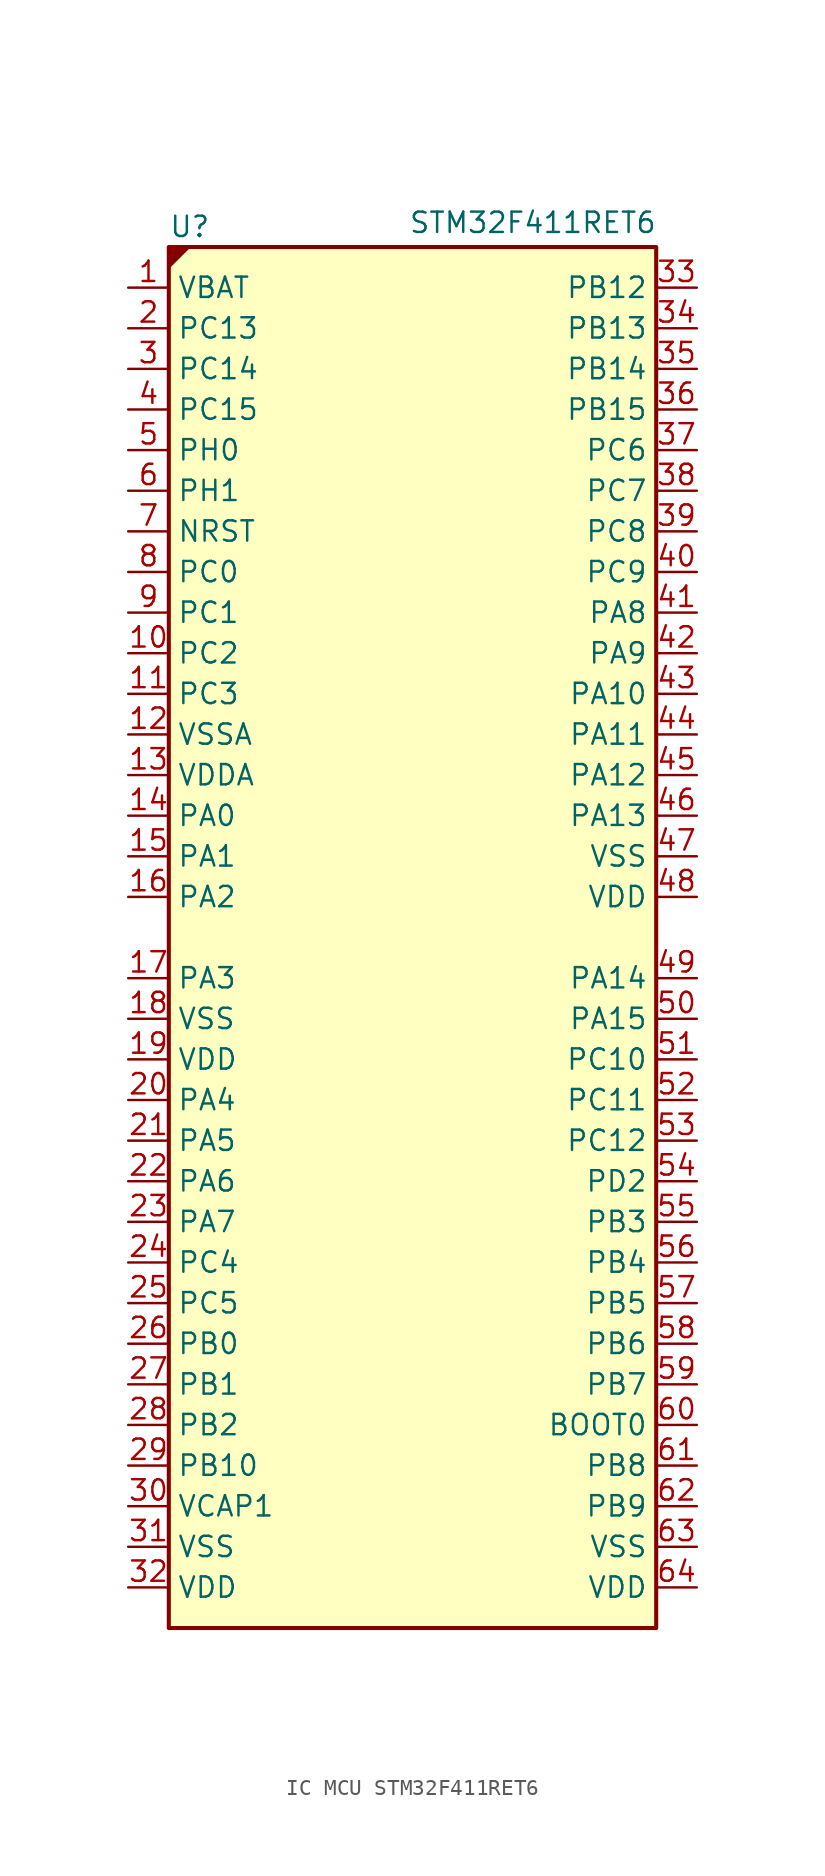
<source format=kicad_sym>
(kicad_symbol_lib
  (version 20231120)
  (generator "kicad_symbol_editor")
  (generator_version "8.0")
  (symbol "IC MCU STM32F411RET6"
    (property "Reference" "U"
      (at -15.24 44.45 0)
      (effects (font (size 1.27 1.27)) (justify left)))
    (property "Value" "STM32F411RET6 "
      (at -0.254 44.704 0)
      (effects (font (size 1.27 1.27)) (justify left)))
    (symbol "IC MCU STM32F411RET6_0_1"
      (rectangle (start -15.24 43.18) (end 15.24 -43.18) (stroke (width 0.254) (type default)) (fill (type background))))
    (symbol "IC MCU STM32F411RET6_1_0"
      (polyline (pts (xy -15.24 43.18) (xy -13.97 43.18) (xy -15.24 41.91) (xy -15.24 43.18)) (stroke (width 0) (type default)) (fill (type outline))))
    (symbol "IC MCU STM32F411RET6_1_1"
      (pin power_in line (at -17.78 40.64 0) (length 2.54) (name "VBAT" (effects (font (size 1.27 1.27)))) (number "1" (effects (font (size 1.27 1.27)))))
      (pin bidirectional line (at -17.78 17.78 0) (length 2.54) (name "PC2" (effects (font (size 1.27 1.27)))) (number "10" (effects (font (size 1.27 1.27)))) (alternate "ADC1_IN12" bidirectional line) (alternate "I2S2_ext_SD" bidirectional line) (alternate "SPI2_MISO" bidirectional line))
      (pin bidirectional line (at -17.78 15.24 0) (length 2.54) (name "PC3" (effects (font (size 1.27 1.27)))) (number "11" (effects (font (size 1.27 1.27)))) (alternate "ADC1_IN13" bidirectional line) (alternate "I2S2_SD" bidirectional line) (alternate "SPI2_MOSI" bidirectional line))
      (pin power_in line (at -17.78 12.7 0) (length 2.54) (name "VSSA" (effects (font (size 1.27 1.27)))) (number "12" (effects (font (size 1.27 1.27)))))
      (pin power_in line (at -17.78 10.16 0) (length 2.54) (name "VDDA" (effects (font (size 1.27 1.27)))) (number "13" (effects (font (size 1.27 1.27)))))
      (pin bidirectional line (at -17.78 7.62 0) (length 2.54) (name "PA0" (effects (font (size 1.27 1.27)))) (number "14" (effects (font (size 1.27 1.27)))) (alternate "ADC1_IN0" bidirectional line) (alternate "SYS_WKUP" bidirectional line) (alternate "TIM2_CH1" bidirectional line) (alternate "TIM2_ETR" bidirectional line) (alternate "TIM5_CH1" bidirectional line) (alternate "USART2_CTS" bidirectional line))
      (pin bidirectional line (at -17.78 5.08 0) (length 2.54) (name "PA1" (effects (font (size 1.27 1.27)))) (number "15" (effects (font (size 1.27 1.27)))) (alternate "ADC1_IN1" bidirectional line) (alternate "I2S4_SD" bidirectional line) (alternate "SPI4_MOSI" bidirectional line) (alternate "TIM2_CH2" bidirectional line) (alternate "TIM5_CH2" bidirectional line) (alternate "USART2_RTS" bidirectional line))
      (pin bidirectional line (at -17.78 2.54 0) (length 2.54) (name "PA2" (effects (font (size 1.27 1.27)))) (number "16" (effects (font (size 1.27 1.27)))) (alternate "ADC1_IN2" bidirectional line) (alternate "I2S_CKIN" bidirectional line) (alternate "TIM2_CH3" bidirectional line) (alternate "TIM5_CH3" bidirectional line) (alternate "TIM9_CH1" bidirectional line) (alternate "USART2_TX" bidirectional line))
      (pin bidirectional line (at -17.78 -2.54 0) (length 2.54) (name "PA3" (effects (font (size 1.27 1.27)))) (number "17" (effects (font (size 1.27 1.27)))) (alternate "ADC1_IN3" bidirectional line) (alternate "I2S2_MCK" bidirectional line) (alternate "TIM2_CH4" bidirectional line) (alternate "TIM5_CH4" bidirectional line) (alternate "TIM9_CH2" bidirectional line) (alternate "USART2_RX" bidirectional line))
      (pin power_in line (at -17.78 -5.08 0) (length 2.54) (name "VSS" (effects (font (size 1.27 1.27)))) (number "18" (effects (font (size 1.27 1.27)))))
      (pin power_in line (at -17.78 -7.62 0) (length 2.54) (name "VDD" (effects (font (size 1.27 1.27)))) (number "19" (effects (font (size 1.27 1.27)))))
      (pin bidirectional line (at -17.78 38.1 0) (length 2.54) (name "PC13" (effects (font (size 1.27 1.27)))) (number "2" (effects (font (size 1.27 1.27)))) (alternate "RTC_AF1" bidirectional line))
      (pin bidirectional line (at -17.78 -10.16 0) (length 2.54) (name "PA4" (effects (font (size 1.27 1.27)))) (number "20" (effects (font (size 1.27 1.27)))) (alternate "ADC1_IN4" bidirectional line) (alternate "I2S1_WS" bidirectional line) (alternate "I2S3_WS" bidirectional line) (alternate "SPI1_NSS" bidirectional line) (alternate "SPI3_NSS" bidirectional line) (alternate "USART2_CK" bidirectional line))
      (pin bidirectional line (at -17.78 -12.7 0) (length 2.54) (name "PA5" (effects (font (size 1.27 1.27)))) (number "21" (effects (font (size 1.27 1.27)))) (alternate "ADC1_IN5" bidirectional line) (alternate "I2S1_CK" bidirectional line) (alternate "SPI1_SCK" bidirectional line) (alternate "TIM2_CH1" bidirectional line) (alternate "TIM2_ETR" bidirectional line))
      (pin bidirectional line (at -17.78 -15.24 0) (length 2.54) (name "PA6" (effects (font (size 1.27 1.27)))) (number "22" (effects (font (size 1.27 1.27)))) (alternate "ADC1_IN6" bidirectional line) (alternate "I2S2_MCK" bidirectional line) (alternate "SDIO_CMD" bidirectional line) (alternate "SPI1_MISO" bidirectional line) (alternate "TIM1_BKIN" bidirectional line) (alternate "TIM3_CH1" bidirectional line))
      (pin bidirectional line (at -17.78 -17.78 0) (length 2.54) (name "PA7" (effects (font (size 1.27 1.27)))) (number "23" (effects (font (size 1.27 1.27)))) (alternate "ADC1_IN7" bidirectional line) (alternate "I2S1_SD" bidirectional line) (alternate "SPI1_MOSI" bidirectional line) (alternate "TIM1_CH1N" bidirectional line) (alternate "TIM3_CH2" bidirectional line))
      (pin bidirectional line (at -17.78 -20.32 0) (length 2.54) (name "PC4" (effects (font (size 1.27 1.27)))) (number "24" (effects (font (size 1.27 1.27)))) (alternate "ADC1_IN14" bidirectional line))
      (pin bidirectional line (at -17.78 -22.86 0) (length 2.54) (name "PC5" (effects (font (size 1.27 1.27)))) (number "25" (effects (font (size 1.27 1.27)))) (alternate "ADC1_IN15" bidirectional line))
      (pin bidirectional line (at -17.78 -25.4 0) (length 2.54) (name "PB0" (effects (font (size 1.27 1.27)))) (number "26" (effects (font (size 1.27 1.27)))) (alternate "ADC1_IN8" bidirectional line) (alternate "I2S5_CK" bidirectional line) (alternate "SPI5_SCK" bidirectional line) (alternate "TIM1_CH2N" bidirectional line) (alternate "TIM3_CH3" bidirectional line))
      (pin bidirectional line (at -17.78 -27.94 0) (length 2.54) (name "PB1" (effects (font (size 1.27 1.27)))) (number "27" (effects (font (size 1.27 1.27)))) (alternate "ADC1_IN9" bidirectional line) (alternate "I2S5_WS" bidirectional line) (alternate "SPI5_NSS" bidirectional line) (alternate "TIM1_CH3N" bidirectional line) (alternate "TIM3_CH4" bidirectional line))
      (pin bidirectional line (at -17.78 -30.48 0) (length 2.54) (name "PB2" (effects (font (size 1.27 1.27)))) (number "28" (effects (font (size 1.27 1.27)))))
      (pin bidirectional line (at -17.78 -33.02 0) (length 2.54) (name "PB10" (effects (font (size 1.27 1.27)))) (number "29" (effects (font (size 1.27 1.27)))) (alternate "I2C2_SCL" bidirectional line) (alternate "I2S2_CK" bidirectional line) (alternate "I2S3_MCK" bidirectional line) (alternate "SDIO_D7" bidirectional line) (alternate "SPI2_SCK" bidirectional line) (alternate "TIM2_CH3" bidirectional line))
      (pin bidirectional line (at -17.78 35.56 0) (length 2.54) (name "PC14" (effects (font (size 1.27 1.27)))) (number "3" (effects (font (size 1.27 1.27)))) (alternate "RCC_OSC32_IN" bidirectional line))
      (pin power_out line (at -17.78 -35.56 0) (length 2.54) (name "VCAP1" (effects (font (size 1.27 1.27)))) (number "30" (effects (font (size 1.27 1.27)))))
      (pin passive line (at -17.78 -38.1 0) (length 2.54) (name "VSS" (effects (font (size 1.27 1.27)))) (number "31" (effects (font (size 1.27 1.27)))))
      (pin power_in line (at -17.78 -40.64 0) (length 2.54) (name "VDD" (effects (font (size 1.27 1.27)))) (number "32" (effects (font (size 1.27 1.27)))))
      (pin bidirectional line (at 17.78 40.64 180) (length 2.54) (name "PB12" (effects (font (size 1.27 1.27)))) (number "33" (effects (font (size 1.27 1.27)))) (alternate "I2C2_SMBA" bidirectional line) (alternate "I2S2_WS" bidirectional line) (alternate "I2S3_CK" bidirectional line) (alternate "I2S4_WS" bidirectional line) (alternate "SPI2_NSS" bidirectional line) (alternate "SPI3_SCK" bidirectional line) (alternate "SPI4_NSS" bidirectional line) (alternate "TIM1_BKIN" bidirectional line))
      (pin bidirectional line (at 17.78 38.1 180) (length 2.54) (name "PB13" (effects (font (size 1.27 1.27)))) (number "34" (effects (font (size 1.27 1.27)))) (alternate "I2S2_CK" bidirectional line) (alternate "I2S4_CK" bidirectional line) (alternate "SPI2_SCK" bidirectional line) (alternate "SPI4_SCK" bidirectional line) (alternate "TIM1_CH1N" bidirectional line))
      (pin bidirectional line (at 17.78 35.56 180) (length 2.54) (name "PB14" (effects (font (size 1.27 1.27)))) (number "35" (effects (font (size 1.27 1.27)))) (alternate "I2S2_ext_SD" bidirectional line) (alternate "SDIO_D6" bidirectional line) (alternate "SPI2_MISO" bidirectional line) (alternate "TIM1_CH2N" bidirectional line))
      (pin bidirectional line (at 17.78 33.02 180) (length 2.54) (name "PB15" (effects (font (size 1.27 1.27)))) (number "36" (effects (font (size 1.27 1.27)))) (alternate "ADC1_EXTI15" bidirectional line) (alternate "I2S2_SD" bidirectional line) (alternate "RTC_REFIN" bidirectional line) (alternate "SDIO_CK" bidirectional line) (alternate "SPI2_MOSI" bidirectional line) (alternate "TIM1_CH3N" bidirectional line))
      (pin bidirectional line (at 17.78 30.48 180) (length 2.54) (name "PC6" (effects (font (size 1.27 1.27)))) (number "37" (effects (font (size 1.27 1.27)))) (alternate "I2S2_MCK" bidirectional line) (alternate "SDIO_D6" bidirectional line) (alternate "TIM3_CH1" bidirectional line) (alternate "USART6_TX" bidirectional line))
      (pin bidirectional line (at 17.78 27.94 180) (length 2.54) (name "PC7" (effects (font (size 1.27 1.27)))) (number "38" (effects (font (size 1.27 1.27)))) (alternate "I2S2_CK" bidirectional line) (alternate "I2S3_MCK" bidirectional line) (alternate "SDIO_D7" bidirectional line) (alternate "SPI2_SCK" bidirectional line) (alternate "TIM3_CH2" bidirectional line) (alternate "USART6_RX" bidirectional line))
      (pin bidirectional line (at 17.78 25.4 180) (length 2.54) (name "PC8" (effects (font (size 1.27 1.27)))) (number "39" (effects (font (size 1.27 1.27)))) (alternate "SDIO_D0" bidirectional line) (alternate "TIM3_CH3" bidirectional line) (alternate "USART6_CK" bidirectional line))
      (pin bidirectional line (at -17.78 33.02 0) (length 2.54) (name "PC15" (effects (font (size 1.27 1.27)))) (number "4" (effects (font (size 1.27 1.27)))) (alternate "ADC1_EXTI15" bidirectional line) (alternate "RCC_OSC32_OUT" bidirectional line))
      (pin bidirectional line (at 17.78 22.86 180) (length 2.54) (name "PC9" (effects (font (size 1.27 1.27)))) (number "40" (effects (font (size 1.27 1.27)))) (alternate "I2C3_SDA" bidirectional line) (alternate "I2S_CKIN" bidirectional line) (alternate "RCC_MCO_2" bidirectional line) (alternate "SDIO_D1" bidirectional line) (alternate "TIM3_CH4" bidirectional line))
      (pin bidirectional line (at 17.78 20.32 180) (length 2.54) (name "PA8" (effects (font (size 1.27 1.27)))) (number "41" (effects (font (size 1.27 1.27)))) (alternate "I2C3_SCL" bidirectional line) (alternate "RCC_MCO_1" bidirectional line) (alternate "SDIO_D1" bidirectional line) (alternate "TIM1_CH1" bidirectional line) (alternate "USART1_CK" bidirectional line) (alternate "USB_OTG_FS_SOF" bidirectional line))
      (pin bidirectional line (at 17.78 17.78 180) (length 2.54) (name "PA9" (effects (font (size 1.27 1.27)))) (number "42" (effects (font (size 1.27 1.27)))) (alternate "I2C3_SMBA" bidirectional line) (alternate "SDIO_D2" bidirectional line) (alternate "TIM1_CH2" bidirectional line) (alternate "USART1_TX" bidirectional line) (alternate "USB_OTG_FS_VBUS" bidirectional line))
      (pin bidirectional line (at 17.78 15.24 180) (length 2.54) (name "PA10" (effects (font (size 1.27 1.27)))) (number "43" (effects (font (size 1.27 1.27)))) (alternate "I2S5_SD" bidirectional line) (alternate "SPI5_MOSI" bidirectional line) (alternate "TIM1_CH3" bidirectional line) (alternate "USART1_RX" bidirectional line) (alternate "USB_OTG_FS_ID" bidirectional line))
      (pin bidirectional line (at 17.78 12.7 180) (length 2.54) (name "PA11" (effects (font (size 1.27 1.27)))) (number "44" (effects (font (size 1.27 1.27)))) (alternate "ADC1_EXTI11" bidirectional line) (alternate "SPI4_MISO" bidirectional line) (alternate "TIM1_CH4" bidirectional line) (alternate "USART1_CTS" bidirectional line) (alternate "USART6_TX" bidirectional line) (alternate "USB_OTG_FS_DM" bidirectional line))
      (pin bidirectional line (at 17.78 10.16 180) (length 2.54) (name "PA12" (effects (font (size 1.27 1.27)))) (number "45" (effects (font (size 1.27 1.27)))) (alternate "SPI5_MISO" bidirectional line) (alternate "TIM1_ETR" bidirectional line) (alternate "USART1_RTS" bidirectional line) (alternate "USART6_RX" bidirectional line) (alternate "USB_OTG_FS_DP" bidirectional line))
      (pin bidirectional line (at 17.78 7.62 180) (length 2.54) (name "PA13" (effects (font (size 1.27 1.27)))) (number "46" (effects (font (size 1.27 1.27)))) (alternate "SYS_JTMS-SWDIO" bidirectional line))
      (pin passive line (at 17.78 5.08 180) (length 2.54) (name "VSS" (effects (font (size 1.27 1.27)))) (number "47" (effects (font (size 1.27 1.27)))))
      (pin power_in line (at 17.78 2.54 180) (length 2.54) (name "VDD" (effects (font (size 1.27 1.27)))) (number "48" (effects (font (size 1.27 1.27)))))
      (pin bidirectional line (at 17.78 -2.54 180) (length 2.54) (name "PA14" (effects (font (size 1.27 1.27)))) (number "49" (effects (font (size 1.27 1.27)))) (alternate "SYS_JTCK-SWCLK" bidirectional line))
      (pin bidirectional line (at -17.78 30.48 0) (length 2.54) (name "PH0" (effects (font (size 1.27 1.27)))) (number "5" (effects (font (size 1.27 1.27)))) (alternate "RCC_OSC_IN" bidirectional line))
      (pin bidirectional line (at 17.78 -5.08 180) (length 2.54) (name "PA15" (effects (font (size 1.27 1.27)))) (number "50" (effects (font (size 1.27 1.27)))) (alternate "ADC1_EXTI15" bidirectional line) (alternate "I2S1_WS" bidirectional line) (alternate "I2S3_WS" bidirectional line) (alternate "SPI1_NSS" bidirectional line) (alternate "SPI3_NSS" bidirectional line) (alternate "SYS_JTDI" bidirectional line) (alternate "TIM2_CH1" bidirectional line) (alternate "TIM2_ETR" bidirectional line) (alternate "USART1_TX" bidirectional line))
      (pin bidirectional line (at 17.78 -7.62 180) (length 2.54) (name "PC10" (effects (font (size 1.27 1.27)))) (number "51" (effects (font (size 1.27 1.27)))) (alternate "I2S3_CK" bidirectional line) (alternate "SDIO_D2" bidirectional line) (alternate "SPI3_SCK" bidirectional line))
      (pin bidirectional line (at 17.78 -10.16 180) (length 2.54) (name "PC11" (effects (font (size 1.27 1.27)))) (number "52" (effects (font (size 1.27 1.27)))) (alternate "ADC1_EXTI11" bidirectional line) (alternate "I2S3_ext_SD" bidirectional line) (alternate "SDIO_D3" bidirectional line) (alternate "SPI3_MISO" bidirectional line))
      (pin bidirectional line (at 17.78 -12.7 180) (length 2.54) (name "PC12" (effects (font (size 1.27 1.27)))) (number "53" (effects (font (size 1.27 1.27)))) (alternate "I2S3_SD" bidirectional line) (alternate "SDIO_CK" bidirectional line) (alternate "SPI3_MOSI" bidirectional line))
      (pin bidirectional line (at 17.78 -15.24 180) (length 2.54) (name "PD2" (effects (font (size 1.27 1.27)))) (number "54" (effects (font (size 1.27 1.27)))) (alternate "SDIO_CMD" bidirectional line) (alternate "TIM3_ETR" bidirectional line))
      (pin bidirectional line (at 17.78 -17.78 180) (length 2.54) (name "PB3" (effects (font (size 1.27 1.27)))) (number "55" (effects (font (size 1.27 1.27)))) (alternate "I2C2_SDA" bidirectional line) (alternate "I2S1_CK" bidirectional line) (alternate "I2S3_CK" bidirectional line) (alternate "SPI1_SCK" bidirectional line) (alternate "SPI3_SCK" bidirectional line) (alternate "SYS_JTDO-SWO" bidirectional line) (alternate "TIM2_CH2" bidirectional line) (alternate "USART1_RX" bidirectional line))
      (pin bidirectional line (at 17.78 -20.32 180) (length 2.54) (name "PB4" (effects (font (size 1.27 1.27)))) (number "56" (effects (font (size 1.27 1.27)))) (alternate "I2C3_SDA" bidirectional line) (alternate "I2S3_ext_SD" bidirectional line) (alternate "SDIO_D0" bidirectional line) (alternate "SPI1_MISO" bidirectional line) (alternate "SPI3_MISO" bidirectional line) (alternate "SYS_JTRST" bidirectional line) (alternate "TIM3_CH1" bidirectional line))
      (pin bidirectional line (at 17.78 -22.86 180) (length 2.54) (name "PB5" (effects (font (size 1.27 1.27)))) (number "57" (effects (font (size 1.27 1.27)))) (alternate "I2C1_SMBA" bidirectional line) (alternate "I2S1_SD" bidirectional line) (alternate "I2S3_SD" bidirectional line) (alternate "SDIO_D3" bidirectional line) (alternate "SPI1_MOSI" bidirectional line) (alternate "SPI3_MOSI" bidirectional line) (alternate "TIM3_CH2" bidirectional line))
      (pin bidirectional line (at 17.78 -25.4 180) (length 2.54) (name "PB6" (effects (font (size 1.27 1.27)))) (number "58" (effects (font (size 1.27 1.27)))) (alternate "I2C1_SCL" bidirectional line) (alternate "TIM4_CH1" bidirectional line) (alternate "USART1_TX" bidirectional line))
      (pin bidirectional line (at 17.78 -27.94 180) (length 2.54) (name "PB7" (effects (font (size 1.27 1.27)))) (number "59" (effects (font (size 1.27 1.27)))) (alternate "I2C1_SDA" bidirectional line) (alternate "SDIO_D0" bidirectional line) (alternate "TIM4_CH2" bidirectional line) (alternate "USART1_RX" bidirectional line))
      (pin bidirectional line (at -17.78 27.94 0) (length 2.54) (name "PH1" (effects (font (size 1.27 1.27)))) (number "6" (effects (font (size 1.27 1.27)))) (alternate "RCC_OSC_OUT" bidirectional line))
      (pin input line (at 17.78 -30.48 180) (length 2.54) (name "BOOT0" (effects (font (size 1.27 1.27)))) (number "60" (effects (font (size 1.27 1.27)))))
      (pin bidirectional line (at 17.78 -33.02 180) (length 2.54) (name "PB8" (effects (font (size 1.27 1.27)))) (number "61" (effects (font (size 1.27 1.27)))) (alternate "I2C1_SCL" bidirectional line) (alternate "I2C3_SDA" bidirectional line) (alternate "I2S5_SD" bidirectional line) (alternate "SDIO_D4" bidirectional line) (alternate "SPI5_MOSI" bidirectional line) (alternate "TIM10_CH1" bidirectional line) (alternate "TIM4_CH3" bidirectional line))
      (pin bidirectional line (at 17.78 -35.56 180) (length 2.54) (name "PB9" (effects (font (size 1.27 1.27)))) (number "62" (effects (font (size 1.27 1.27)))) (alternate "I2C1_SDA" bidirectional line) (alternate "I2C2_SDA" bidirectional line) (alternate "I2S2_WS" bidirectional line) (alternate "SDIO_D5" bidirectional line) (alternate "SPI2_NSS" bidirectional line) (alternate "TIM11_CH1" bidirectional line) (alternate "TIM4_CH4" bidirectional line))
      (pin passive line (at 17.78 -38.1 180) (length 2.54) (name "VSS" (effects (font (size 1.27 1.27)))) (number "63" (effects (font (size 1.27 1.27)))))
      (pin power_in line (at 17.78 -40.64 180) (length 2.54) (name "VDD" (effects (font (size 1.27 1.27)))) (number "64" (effects (font (size 1.27 1.27)))))
      (pin input line (at -17.78 25.4 0) (length 2.54) (name "NRST" (effects (font (size 1.27 1.27)))) (number "7" (effects (font (size 1.27 1.27)))))
      (pin bidirectional line (at -17.78 22.86 0) (length 2.54) (name "PC0" (effects (font (size 1.27 1.27)))) (number "8" (effects (font (size 1.27 1.27)))) (alternate "ADC1_IN10" bidirectional line))
      (pin bidirectional line (at -17.78 20.32 0) (length 2.54) (name "PC1" (effects (font (size 1.27 1.27)))) (number "9" (effects (font (size 1.27 1.27)))) (alternate "ADC1_IN11" bidirectional line)))))
</source>
